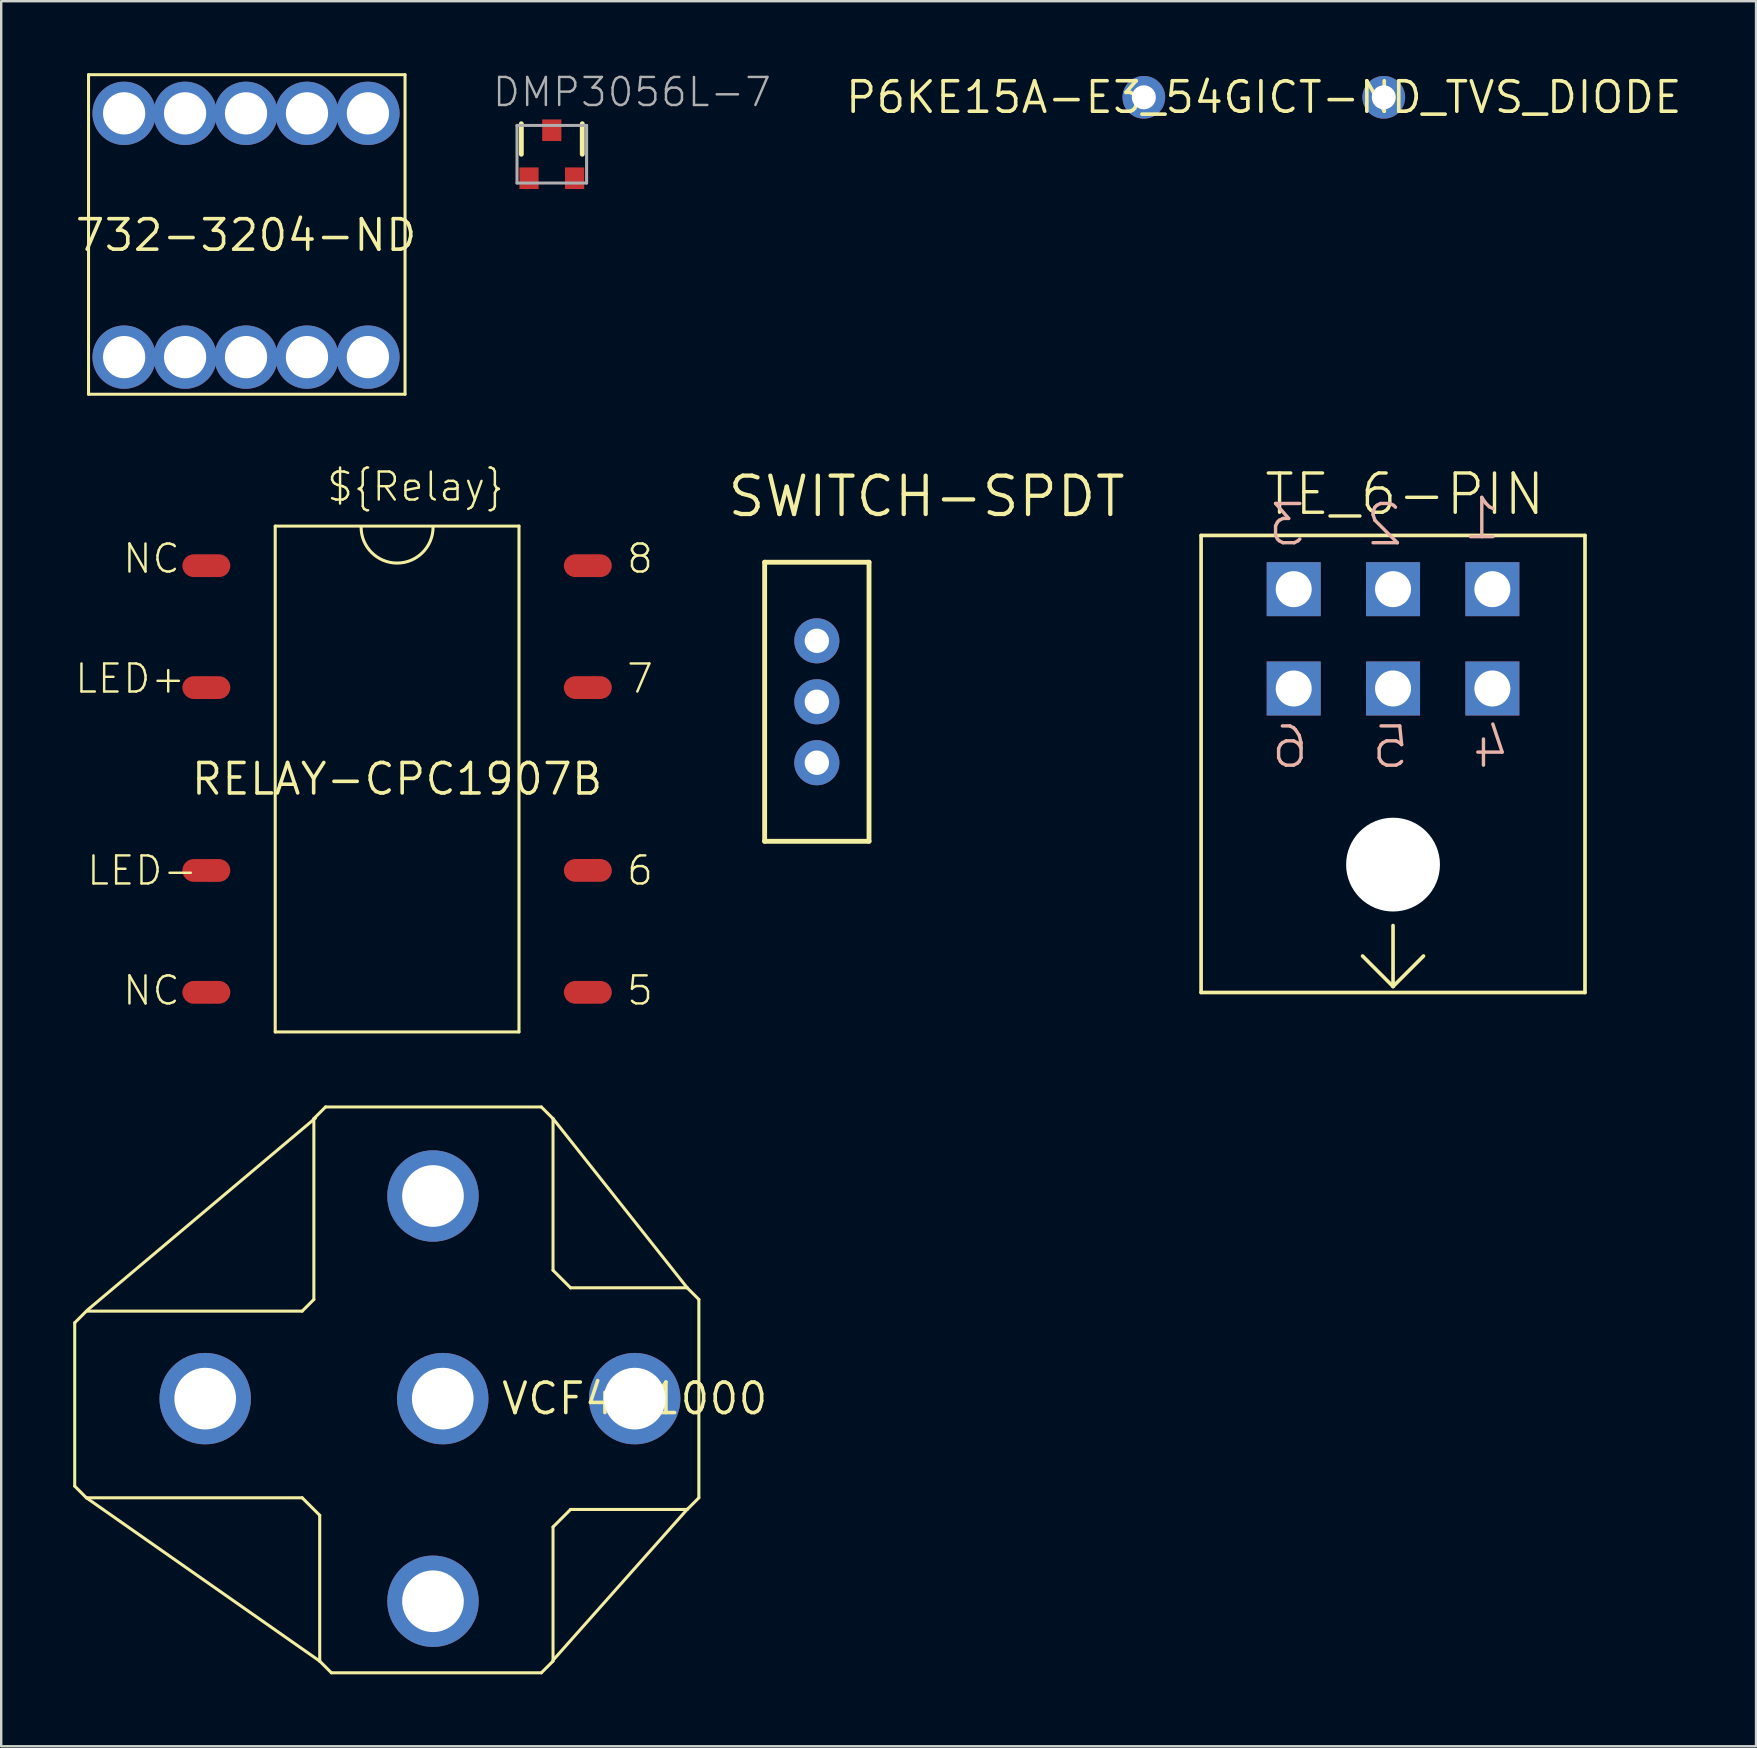
<source format=kicad_pcb>
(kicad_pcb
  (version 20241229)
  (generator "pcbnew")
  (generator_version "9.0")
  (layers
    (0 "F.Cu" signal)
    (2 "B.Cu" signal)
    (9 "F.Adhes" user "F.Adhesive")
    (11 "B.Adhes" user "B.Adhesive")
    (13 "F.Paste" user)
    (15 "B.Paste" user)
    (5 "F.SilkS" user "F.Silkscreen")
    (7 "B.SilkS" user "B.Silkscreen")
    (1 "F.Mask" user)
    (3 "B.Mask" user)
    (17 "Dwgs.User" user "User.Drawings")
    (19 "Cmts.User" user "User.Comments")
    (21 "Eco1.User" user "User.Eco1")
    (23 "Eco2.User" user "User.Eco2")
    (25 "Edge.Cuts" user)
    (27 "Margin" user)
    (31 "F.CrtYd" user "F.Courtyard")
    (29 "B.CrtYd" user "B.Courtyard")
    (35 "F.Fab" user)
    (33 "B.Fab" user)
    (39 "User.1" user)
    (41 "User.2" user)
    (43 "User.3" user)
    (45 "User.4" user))
  (footprint "TE_6-PIN"
    (layer "F.Cu")
    (at 55.009 32.985)
    (property "Reference" "TE_6-PIN" (at -5.447 -14.478 0) (layer "F.SilkS") (effects (font (size 1.636 1.636) (thickness 0.142)) (justify left bottom)))
    (fp_line (start -8 -13.72) (end 8 -13.72) (stroke (width 0.152) (type solid)) (layer "F.SilkS"))
    (fp_line (start -8 5.33) (end -8 -13.716) (stroke (width 0.152) (type solid)) (layer "F.SilkS"))
    (fp_line (start -8 5.33) (end 8 5.33) (stroke (width 0.152) (type solid)) (layer "F.SilkS"))
    (fp_line (start 0 5.08) (end -1.27 3.81) (stroke (width 0.152) (type solid)) (layer "F.SilkS"))
    (fp_line (start 0 5.08) (end 0 2.54) (stroke (width 0.152) (type solid)) (layer "F.SilkS"))
    (fp_line (start 0 5.08) (end 1.27 3.81) (stroke (width 0.152) (type solid)) (layer "F.SilkS"))
    (fp_line (start 8 -13.716) (end 8 5.33) (stroke (width 0.152) (type solid)) (layer "F.SilkS"))
    (fp_text user "6" (at -3.429 -3.937 0) (layer "B.SilkS") (effects (font (size 1.636 1.636) (thickness 0.142)) (justify left bottom mirror)))
    (fp_text user "2" (at 0.508 -13.208 0) (layer "B.SilkS") (effects (font (size 1.636 1.636) (thickness 0.142)) (justify left bottom mirror)))
    (fp_text user "5" (at 0.762 -3.937 0) (layer "B.SilkS") (effects (font (size 1.636 1.636) (thickness 0.142)) (justify left bottom mirror)))
    (fp_text user "1" (at 4.572 -13.462 0) (layer "B.SilkS") (effects (font (size 1.636 1.636) (thickness 0.142)) (justify left bottom mirror)))
    (fp_text user "3" (at -3.556 -13.208 0) (layer "B.SilkS") (effects (font (size 1.636 1.636) (thickness 0.142)) (justify left bottom mirror)))
    (fp_text user "4" (at 4.953 -3.937 0) (layer "B.SilkS") (effects (font (size 1.636 1.636) (thickness 0.142)) (justify left bottom mirror)))
    (pad "" np_thru_hole circle (at 0 0) (size 3.91 3.91) (drill 3.91) (layers "*.Cu" "*.Mask"))
    (pad "1" thru_hole rect (at 4.14 -11.48) (size 2.25 2.25) (drill 1.5) (layers "*.Cu" "*.Mask"))
    (pad "2" thru_hole rect (at 0 -11.48) (size 2.25 2.25) (drill 1.5) (layers "*.Cu" "*.Mask"))
    (pad "3" thru_hole rect (at -4.14 -11.48) (size 2.25 2.25) (drill 1.5) (layers "*.Cu" "*.Mask"))
    (pad "4" thru_hole rect (at 4.14 -7.34) (size 2.25 2.25) (drill 1.5) (layers "*.Cu" "*.Mask"))
    (pad "5" thru_hole rect (at 0 -7.34) (size 2.25 2.25) (drill 1.5) (layers "*.Cu" "*.Mask"))
    (pad "6" thru_hole rect (at -4.14 -7.34) (size 2.25 2.25) (drill 1.5) (layers "*.Cu" "*.Mask")))
  (footprint "732-3204-ND"
    (layer "F.Cu")
    (at 7.204 6.754)
    (property "Reference" "732-3204-ND" (at 0 0 0) (layer "F.SilkS") (effects (font (size 1.27 1.27) (thickness 0.15))))
    (fp_line (start -6.564 -6.691) (end -6.564 6.627) (stroke (width 0.127) (type solid)) (layer "F.SilkS"))
    (fp_line (start -6.564 6.627) (end 6.627 6.627) (stroke (width 0.127) (type solid)) (layer "F.SilkS"))
    (fp_line (start 6.627 -6.691) (end -6.564 -6.691) (stroke (width 0.127) (type solid)) (layer "F.SilkS"))
    (fp_line (start 6.627 6.627) (end 6.627 -6.691) (stroke (width 0.127) (type solid)) (layer "F.SilkS"))
    (pad "P$1" thru_hole circle (at -5.08 -5.08) (size 2.64 2.64) (drill 1.76) (layers "*.Cu" "*.Mask"))
    (pad "P$2" thru_hole circle (at -2.54 -5.08) (size 2.64 2.64) (drill 1.76) (layers "*.Cu" "*.Mask"))
    (pad "P$3" thru_hole circle (at 0 -5.08) (size 2.64 2.64) (drill 1.76) (layers "*.Cu" "*.Mask"))
    (pad "P$4" thru_hole circle (at 2.54 -5.08) (size 2.64 2.64) (drill 1.76) (layers "*.Cu" "*.Mask"))
    (pad "P$5" thru_hole circle (at 5.08 -5.08) (size 2.64 2.64) (drill 1.76) (layers "*.Cu" "*.Mask"))
    (pad "P$6" thru_hole circle (at 5.08 5.08) (size 2.64 2.64) (drill 1.76) (layers "*.Cu" "*.Mask"))
    (pad "P$7" thru_hole circle (at 2.54 5.08) (size 2.64 2.64) (drill 1.76) (layers "*.Cu" "*.Mask"))
    (pad "P$8" thru_hole circle (at 0 5.08) (size 2.64 2.64) (drill 1.76) (layers "*.Cu" "*.Mask"))
    (pad "P$9" thru_hole circle (at -2.54 5.08) (size 2.64 2.64) (drill 1.76) (layers "*.Cu" "*.Mask"))
    (pad "P$10" thru_hole circle (at -5.08 5.08) (size 2.64 2.64) (drill 1.76) (layers "*.Cu" "*.Mask")))
  (footprint "P6KE15A-E3_54GICT-ND_TVS_DIODE"
    (layer "F.Cu")
    (at 49.623 1.006)
    (property "Reference" "P6KE15A-E3_54GICT-ND_TVS_DIODE" (at 0 0 0) (layer "F.SilkS") (effects (font (size 1.27 1.27) (thickness 0.15))))
    (pad "P$1" thru_hole circle (at -5 0) (size 1.778 1.778) (drill 1) (layers "*.Cu" "*.Mask"))
    (pad "P$2" thru_hole circle (at 5 0) (size 1.778 1.778) (drill 1) (layers "*.Cu" "*.Mask")))
  (footprint "RELAY-CPC1907B"
    (layer "F.Cu")
    (at 13.5 29.418)
    (property "Reference" "RELAY-CPC1907B" (at 0 0 0) (layer "F.SilkS") (effects (font (size 1.27 1.27) (thickness 0.15))))
    (fp_line (start -5.08 -10.541) (end 5.08 -10.541) (stroke (width 0.127) (type solid)) (layer "F.SilkS"))
    (fp_line (start -5.08 10.541) (end -5.08 -10.541) (stroke (width 0.127) (type solid)) (layer "F.SilkS"))
    (fp_line (start 5.08 -10.541) (end 5.08 10.541) (stroke (width 0.127) (type solid)) (layer "F.SilkS"))
    (fp_line (start 5.08 10.541) (end -5.08 10.541) (stroke (width 0.127) (type solid)) (layer "F.SilkS"))
    (fp_arc (start 1.5 -10.5) (mid 0 -9) (end -1.5 -10.5) (stroke (width 0.127) (type solid)) (layer "F.SilkS"))
    (fp_text user "NC" (at -11.5 9.5 0) (layer "F.SilkS") (effects (font (size 1.168 1.168) (thickness 0.102)) (justify left bottom)))
    (fp_text user "LED-" (at -13 4.5 0) (layer "F.SilkS") (effects (font (size 1.168 1.168) (thickness 0.102)) (justify left bottom)))
    (fp_text user "6" (at 9.5 4.5 0) (layer "F.SilkS") (effects (font (size 1.168 1.168) (thickness 0.102)) (justify left bottom)))
    (fp_text user "${Relay}" (at -3 -11.5 0) (layer "F.SilkS") (effects (font (size 1.168 1.168) (thickness 0.102)) (justify left bottom)))
    (fp_text user "7" (at 9.5 -3.5 0) (layer "F.SilkS") (effects (font (size 1.168 1.168) (thickness 0.102)) (justify left bottom)))
    (fp_text user "NC" (at -11.5 -8.5 0) (layer "F.SilkS") (effects (font (size 1.168 1.168) (thickness 0.102)) (justify left bottom)))
    (fp_text user "8" (at 9.5 -8.5 0) (layer "F.SilkS") (effects (font (size 1.168 1.168) (thickness 0.102)) (justify left bottom)))
    (fp_text user "LED+" (at -13.5 -3.5 0) (layer "F.SilkS") (effects (font (size 1.168 1.168) (thickness 0.102)) (justify left bottom)))
    (fp_text user "5" (at 9.5 9.5 0) (layer "F.SilkS") (effects (font (size 1.168 1.168) (thickness 0.102)) (justify left bottom)))
    (pad "5" smd roundrect (at 7.95 8.891) (size 2 0.95) (layers "F.Cu" "F.Mask" "F.Paste") (roundrect_rratio 0.5))
    (pad "6" smd roundrect (at 7.95 3.809) (size 2 0.95) (layers "F.Cu" "F.Mask" "F.Paste") (roundrect_rratio 0.5))
    (pad "7" smd roundrect (at 7.95 -3.811) (size 2 0.95) (layers "F.Cu" "F.Mask" "F.Paste") (roundrect_rratio 0.5))
    (pad "8" smd roundrect (at 7.95 -8.891) (size 2 0.95) (layers "F.Cu" "F.Mask" "F.Paste") (roundrect_rratio 0.5))
    (pad "LED+" smd roundrect (at -7.95 -3.811 180) (size 2 0.95) (layers "F.Cu" "F.Mask" "F.Paste") (roundrect_rratio 0.5))
    (pad "LED-" smd roundrect (at -7.95 3.811 180) (size 2 0.95) (layers "F.Cu" "F.Mask" "F.Paste") (roundrect_rratio 0.5))
    (pad "NC_1" smd roundrect (at -7.95 -8.891) (size 2 0.95) (layers "F.Cu" "F.Mask" "F.Paste") (roundrect_rratio 0.5))
    (pad "NC_2" smd roundrect (at -7.95 8.891 180) (size 2 0.95) (layers "F.Cu" "F.Mask" "F.Paste") (roundrect_rratio 0.5)))
  (footprint "SWITCH-SPDT"
    (layer "F.Cu")
    (at 30.994 26.198)
    (property "Reference" "SWITCH-SPDT" (at -3.81 -7.62 0) (layer "F.SilkS") (effects (font (size 1.6 1.6) (thickness 0.178)) (justify left bottom)))
    (fp_line (start -2.175 -5.815) (end -2.175 5.815) (stroke (width 0.203) (type solid)) (layer "F.SilkS"))
    (fp_line (start -2.175 5.815) (end 2.175 5.815) (stroke (width 0.203) (type solid)) (layer "F.SilkS"))
    (fp_line (start 2.175 -5.815) (end -2.175 -5.815) (stroke (width 0.203) (type solid)) (layer "F.SilkS"))
    (fp_line (start 2.175 5.815) (end 2.175 -5.815) (stroke (width 0.203) (type solid)) (layer "F.SilkS"))
    (pad "1" thru_hole circle (at 0 -2.54) (size 1.88 1.88) (drill 1.016) (layers "*.Cu" "*.Mask"))
    (pad "2" thru_hole circle (at 0 0) (size 1.88 1.88) (drill 1.016) (layers "*.Cu" "*.Mask"))
    (pad "3" thru_hole circle (at 0 2.54) (size 1.88 1.88) (drill 1.016) (layers "*.Cu" "*.Mask")))
  (footprint "DMP3056L-7"
    (layer "F.Cu")
    (at 19.948 3.378)
    (property "Reference" "DMP3056L-7" (at -2.54 -1.905 0) (layer "F.Fab") (effects (font (size 1.168 1.168) (thickness 0.102)) (justify left bottom)))
    (fp_line (start -1.27 0) (end -1.27 -1.27) (stroke (width 0.203) (type solid)) (layer "F.SilkS"))
    (fp_line (start 1.27 0) (end 1.27 -1.27) (stroke (width 0.203) (type solid)) (layer "F.SilkS"))
    (fp_line (start -1.45 -1.2) (end -1.45 1.2) (stroke (width 0.127) (type solid)) (layer "F.Fab"))
    (fp_line (start -1.45 1.2) (end 1.45 1.2) (stroke (width 0.127) (type solid)) (layer "F.Fab"))
    (fp_line (start 1.45 -1.2) (end -1.45 -1.2) (stroke (width 0.127) (type solid)) (layer "F.Fab"))
    (fp_line (start 1.45 1.2) (end 1.45 -1.2) (stroke (width 0.127) (type solid)) (layer "F.Fab"))
    (pad "D" smd rect (at 0 -1) (size 0.8 0.9) (layers "F.Cu" "F.Mask" "F.Paste"))
    (pad "G" smd rect (at -0.95 1) (size 0.8 0.9) (layers "F.Cu" "F.Mask" "F.Paste"))
    (pad "S" smd rect (at 0.95 1) (size 0.8 0.9) (layers "F.Cu" "F.Mask" "F.Paste")))
  (footprint "VCF4-1000"
    (layer "F.Cu")
    (at 23.403 55.242)
    (property "Reference" "VCF4-1000" (at 0 0 0) (layer "F.SilkS") (effects (font (size 1.27 1.27) (thickness 0.15))))
    (fp_line (start -23.339 -3.161) (end -22.853 -3.647) (stroke (width 0.127) (type solid)) (layer "F.SilkS"))
    (fp_line (start -23.339 3.647) (end -23.339 -3.161) (stroke (width 0.127) (type solid)) (layer "F.SilkS"))
    (fp_line (start -22.853 -3.647) (end -13.858 -3.647) (stroke (width 0.127) (type solid)) (layer "F.SilkS"))
    (fp_line (start -22.853 4.133) (end -23.339 3.647) (stroke (width 0.127) (type solid)) (layer "F.SilkS"))
    (fp_line (start -22.853 4.133) (end -13.128 10.94) (stroke (width 0.127) (type solid)) (layer "F.SilkS"))
    (fp_line (start -22.8 -3.7) (end -13.3 -11.7) (stroke (width 0.127) (type solid)) (layer "F.SilkS"))
    (fp_line (start -13.858 4.133) (end -22.853 4.133) (stroke (width 0.127) (type solid)) (layer "F.SilkS"))
    (fp_line (start -13.858 -3.647) (end -13.372 -4.133) (stroke (width 0.127) (type solid)) (layer "F.SilkS"))
    (fp_line (start -13.372 -11.67) (end -12.885 -12.156) (stroke (width 0.127) (type solid)) (layer "F.SilkS"))
    (fp_line (start -13.372 -4.133) (end -13.372 -11.67) (stroke (width 0.127) (type solid)) (layer "F.SilkS"))
    (fp_line (start -13.128 4.862) (end -13.858 4.133) (stroke (width 0.127) (type solid)) (layer "F.SilkS"))
    (fp_line (start -13.128 10.94) (end -13.128 4.862) (stroke (width 0.127) (type solid)) (layer "F.SilkS"))
    (fp_line (start -12.885 -12.156) (end -3.89 -12.156) (stroke (width 0.127) (type solid)) (layer "F.SilkS"))
    (fp_line (start -12.642 11.427) (end -13.128 10.94) (stroke (width 0.127) (type solid)) (layer "F.SilkS"))
    (fp_line (start -3.89 -12.156) (end -3.404 -11.67) (stroke (width 0.127) (type solid)) (layer "F.SilkS"))
    (fp_line (start -3.89 11.427) (end -12.642 11.427) (stroke (width 0.127) (type solid)) (layer "F.SilkS"))
    (fp_line (start -3.404 -11.67) (end -3.404 -5.349) (stroke (width 0.127) (type solid)) (layer "F.SilkS"))
    (fp_line (start -3.404 -11.67) (end 2.188 -4.619) (stroke (width 0.127) (type solid)) (layer "F.SilkS"))
    (fp_line (start -3.404 -5.349) (end -2.674 -4.619) (stroke (width 0.127) (type solid)) (layer "F.SilkS"))
    (fp_line (start -3.404 5.349) (end -3.404 10.94) (stroke (width 0.127) (type solid)) (layer "F.SilkS"))
    (fp_line (start -3.404 10.94) (end -3.89 11.427) (stroke (width 0.127) (type solid)) (layer "F.SilkS"))
    (fp_line (start -3.4 10.9) (end 2.2 4.6) (stroke (width 0.127) (type solid)) (layer "F.SilkS"))
    (fp_line (start -2.674 -4.619) (end 2.188 -4.619) (stroke (width 0.127) (type solid)) (layer "F.SilkS"))
    (fp_line (start -2.674 4.619) (end -3.404 5.349) (stroke (width 0.127) (type solid)) (layer "F.SilkS"))
    (fp_line (start 2.188 -4.619) (end 2.674 -4.133) (stroke (width 0.127) (type solid)) (layer "F.SilkS"))
    (fp_line (start 2.188 4.619) (end -2.674 4.619) (stroke (width 0.127) (type solid)) (layer "F.SilkS"))
    (fp_line (start 2.674 -4.133) (end 2.674 4.133) (stroke (width 0.127) (type solid)) (layer "F.SilkS"))
    (fp_line (start 2.674 4.133) (end 2.188 4.619) (stroke (width 0.127) (type solid)) (layer "F.SilkS"))
    (pad "30" thru_hole circle (at -17.9 0) (size 3.81 3.81) (drill 2.57) (layers "*.Cu" "*.Mask"))
    (pad "85" thru_hole circle (at -8.407 8.445) (size 3.81 3.81) (drill 2.57) (layers "*.Cu" "*.Mask"))
    (pad "86" thru_hole circle (at -8.407 -8.445) (size 3.81 3.81) (drill 2.57) (layers "*.Cu" "*.Mask"))
    (pad "87" thru_hole circle (at 0 0) (size 3.81 3.81) (drill 2.57) (layers "*.Cu" "*.Mask"))
    (pad "87A" thru_hole circle (at -8 0) (size 3.81 3.81) (drill 2.57) (layers "*.Cu" "*.Mask")))
  (gr_rect
    (start -3 -3)
    (end 70.138 69.732)
    (stroke (width 0.1) (type default))
    (fill no)
    (layer "Edge.Cuts")))
</source>
